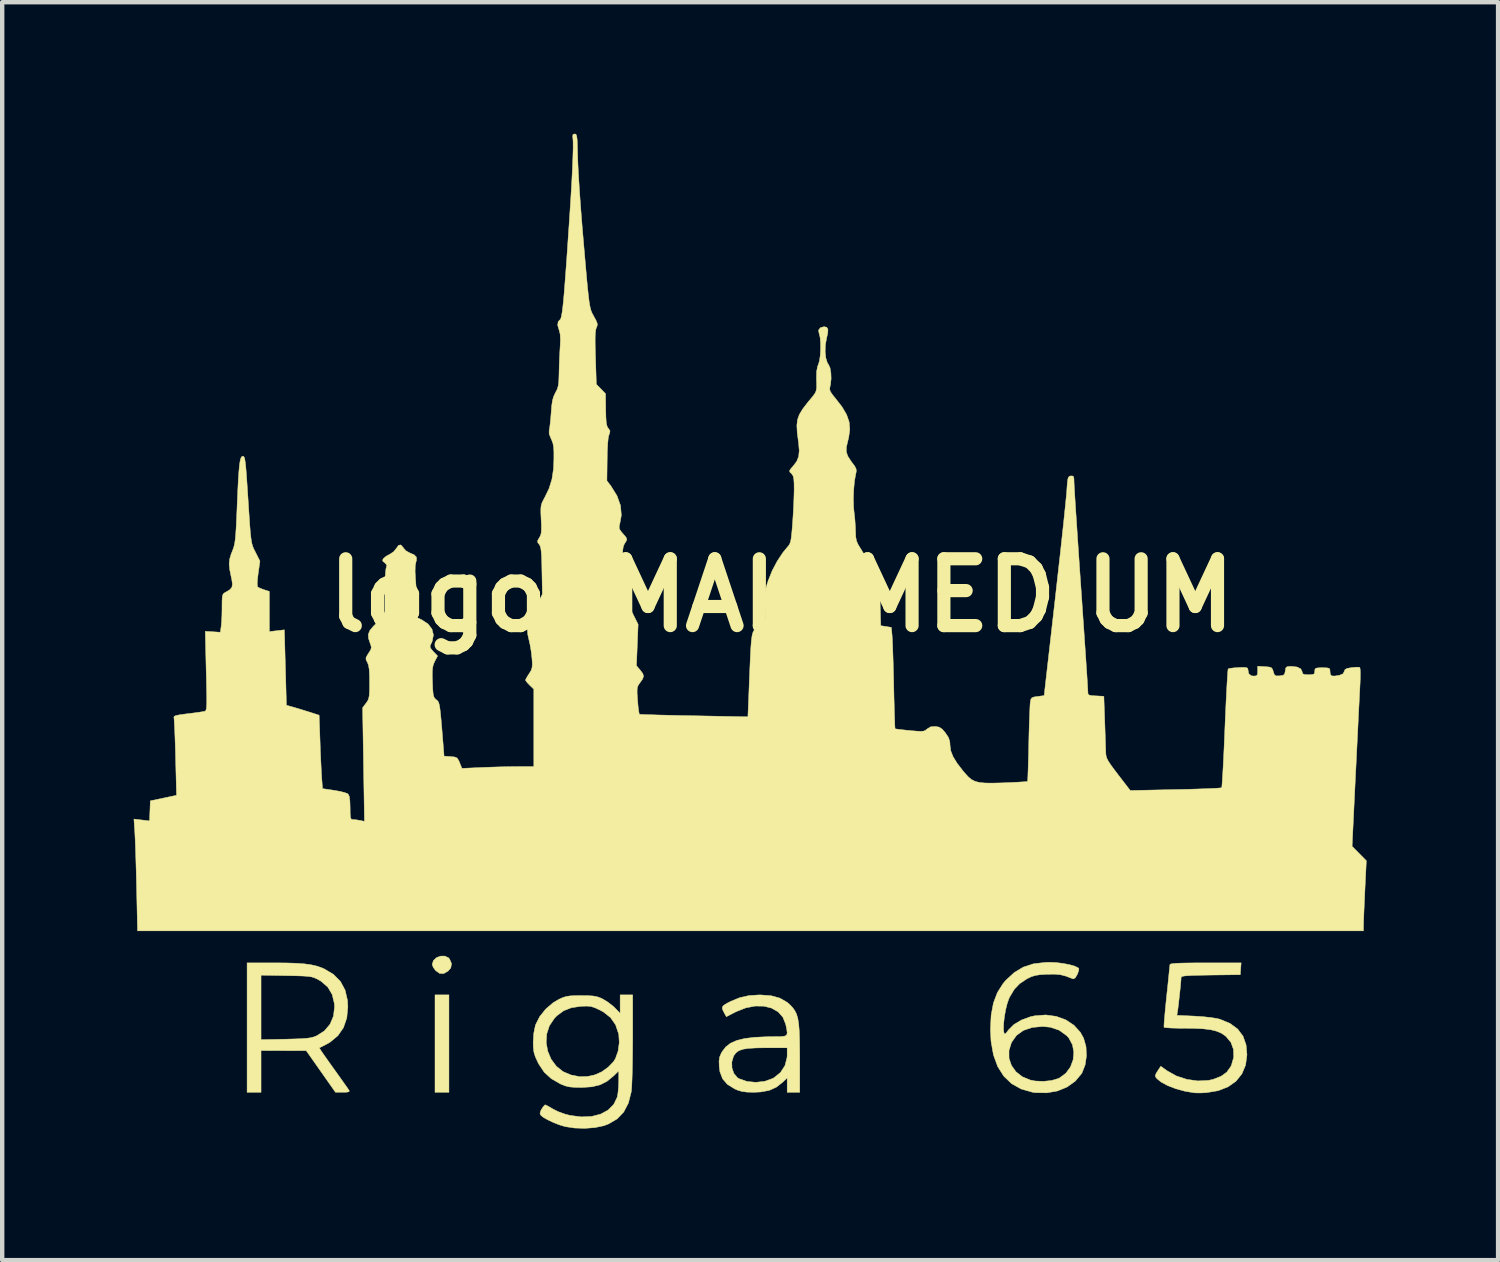
<source format=kicad_pcb>
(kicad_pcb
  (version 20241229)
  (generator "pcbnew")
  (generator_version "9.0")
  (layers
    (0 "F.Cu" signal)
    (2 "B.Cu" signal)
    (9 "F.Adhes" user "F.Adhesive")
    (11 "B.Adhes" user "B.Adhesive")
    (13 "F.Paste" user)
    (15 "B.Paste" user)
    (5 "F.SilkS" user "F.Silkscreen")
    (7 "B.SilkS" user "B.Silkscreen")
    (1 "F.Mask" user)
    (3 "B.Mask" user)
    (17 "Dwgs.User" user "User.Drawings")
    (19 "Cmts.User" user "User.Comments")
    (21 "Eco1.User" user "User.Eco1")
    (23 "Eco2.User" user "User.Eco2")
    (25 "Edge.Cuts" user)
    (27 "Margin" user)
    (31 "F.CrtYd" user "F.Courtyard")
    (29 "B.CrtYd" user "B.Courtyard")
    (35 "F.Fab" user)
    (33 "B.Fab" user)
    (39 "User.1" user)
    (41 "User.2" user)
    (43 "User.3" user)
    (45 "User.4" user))
  (footprint "logoSMALLMEDIUM"
    (layer "F.Cu")
    (at 14.778 10.53)
    (property "Reference" "logoSMALLMEDIUM" (at 0 0 0) (layer "F.SilkS") (effects (font (size 1.524 1.524) (thickness 0.3))))
    (attr through_hole)
    (fp_poly (pts (xy -7.588 11.335) (xy -7.906 11.335) (xy -7.906 9.112) (xy -7.588 9.112) (xy -7.588 11.335)) (stroke (width 0.01) (type solid)) (fill yes) (layer "F.SilkS"))
    (fp_poly (pts (xy -7.598 8.267) (xy -7.574 8.294) (xy -7.529 8.4) (xy -7.546 8.498) (xy -7.608 8.57) (xy -7.709 8.627) (xy -7.8 8.623) (xy -7.891 8.558) (xy -7.891 8.558) (xy -7.945 8.486) (xy -7.969 8.419) (xy -7.969 8.415) (xy -7.942 8.328) (xy -7.872 8.263) (xy -7.779 8.228) (xy -7.682 8.227) (xy -7.598 8.267)) (stroke (width 0.01) (type solid)) (fill yes) (layer "F.SilkS"))
    (fp_poly (pts (xy -11.581 8.382) (xy -11.301 8.384) (xy -11.075 8.391) (xy -10.892 8.404) (xy -10.742 8.424) (xy -10.616 8.452) (xy -10.503 8.489) (xy -10.433 8.519) (xy -10.222 8.645) (xy -10.063 8.806) (xy -9.957 9.003) (xy -9.902 9.237) (xy -9.894 9.382) (xy -9.918 9.639) (xy -9.994 9.86) (xy -10.122 10.044) (xy -10.302 10.193) (xy -10.393 10.244) (xy -10.546 10.322) (xy -10.49 10.408) (xy -10.452 10.464) (xy -10.384 10.56) (xy -10.297 10.683) (xy -10.197 10.823) (xy -10.16 10.874) (xy -10.062 11.012) (xy -9.976 11.133) (xy -9.909 11.227) (xy -9.87 11.285) (xy -9.863 11.295) (xy -9.865 11.319) (xy -9.913 11.331) (xy -10.007 11.334) (xy -10.176 11.334) (xy -10.843 10.385) (xy -11.359 10.384) (xy -11.874 10.382) (xy -11.874 11.335) (xy -12.192 11.335) (xy -12.192 10.134) (xy -11.874 10.134) (xy -11.311 10.123) (xy -11.1 10.117) (xy -10.942 10.111) (xy -10.824 10.102) (xy -10.737 10.089) (xy -10.669 10.071) (xy -10.608 10.047) (xy -10.604 10.045) (xy -10.428 9.933) (xy -10.299 9.78) (xy -10.221 9.595) (xy -10.197 9.382) (xy -10.202 9.309) (xy -10.251 9.104) (xy -10.351 8.935) (xy -10.503 8.803) (xy -10.547 8.777) (xy -10.608 8.744) (xy -10.663 8.72) (xy -10.722 8.702) (xy -10.797 8.691) (xy -10.898 8.683) (xy -11.037 8.678) (xy -11.225 8.674) (xy -11.295 8.673) (xy -11.874 8.663) (xy -11.874 10.134) (xy -12.192 10.134) (xy -12.192 8.382) (xy -11.581 8.382)) (stroke (width 0.01) (type solid)) (fill yes) (layer "F.SilkS"))
    (fp_poly (pts (xy -0.241 9.131) (xy -0.038 9.187) (xy 0.129 9.284) (xy 0.185 9.333) (xy 0.249 9.4) (xy 0.3 9.47) (xy 0.34 9.55) (xy 0.369 9.648) (xy 0.389 9.772) (xy 0.402 9.93) (xy 0.409 10.131) (xy 0.412 10.382) (xy 0.413 10.563) (xy 0.413 11.335) (xy 0.127 11.335) (xy 0.127 11.005) (xy 0.024 11.104) (xy -0.121 11.218) (xy -0.284 11.291) (xy -0.48 11.327) (xy -0.635 11.334) (xy -0.79 11.33) (xy -0.905 11.315) (xy -1.006 11.285) (xy -1.067 11.258) (xy -1.234 11.156) (xy -1.346 11.027) (xy -1.408 10.863) (xy -1.423 10.745) (xy -1.426 10.643) (xy -1.136 10.643) (xy -1.132 10.781) (xy -1.087 10.907) (xy -1.008 11.001) (xy -0.978 11.021) (xy -0.796 11.086) (xy -0.591 11.107) (xy -0.385 11.084) (xy -0.201 11.018) (xy -0.178 11.005) (xy -0.025 10.882) (xy 0.077 10.724) (xy 0.124 10.54) (xy 0.127 10.483) (xy 0.127 10.319) (xy -0.352 10.319) (xy -0.58 10.322) (xy -0.754 10.332) (xy -0.882 10.352) (xy -0.975 10.385) (xy -1.04 10.432) (xy -1.088 10.496) (xy -1.097 10.512) (xy -1.136 10.643) (xy -1.426 10.643) (xy -1.427 10.621) (xy -1.414 10.531) (xy -1.379 10.447) (xy -1.356 10.407) (xy -1.275 10.3) (xy -1.167 10.216) (xy -1.026 10.153) (xy -0.845 10.108) (xy -0.617 10.08) (xy -0.336 10.067) (xy -0.183 10.065) (xy -0.033 10.064) (xy 0.062 10.056) (xy 0.113 10.032) (xy 0.128 9.98) (xy 0.117 9.893) (xy 0.093 9.782) (xy 0.03 9.623) (xy -0.079 9.5) (xy -0.226 9.415) (xy -0.403 9.37) (xy -0.602 9.367) (xy -0.816 9.408) (xy -1.037 9.495) (xy -1.051 9.502) (xy -1.261 9.61) (xy -1.319 9.503) (xy -1.35 9.438) (xy -1.353 9.391) (xy -1.32 9.35) (xy -1.244 9.303) (xy -1.158 9.259) (xy -0.956 9.176) (xy -0.747 9.129) (xy -0.506 9.113) (xy -0.49 9.113) (xy -0.241 9.131)) (stroke (width 0.01) (type solid)) (fill yes) (layer "F.SilkS"))
    (fp_poly (pts (xy 10.471 8.517) (xy 10.462 8.652) (xy 9.787 8.66) (xy 9.56 8.664) (xy 9.39 8.668) (xy 9.268 8.674) (xy 9.186 8.681) (xy 9.138 8.691) (xy 9.116 8.705) (xy 9.112 8.717) (xy 9.109 8.775) (xy 9.1 8.878) (xy 9.087 9.01) (xy 9.071 9.154) (xy 9.056 9.292) (xy 9.042 9.407) (xy 9.032 9.481) (xy 9.016 9.579) (xy 9.421 9.597) (xy 9.613 9.61) (xy 9.789 9.629) (xy 9.932 9.652) (xy 9.998 9.668) (xy 10.227 9.763) (xy 10.402 9.891) (xy 10.524 10.054) (xy 10.594 10.252) (xy 10.614 10.477) (xy 10.583 10.713) (xy 10.498 10.915) (xy 10.364 11.082) (xy 10.182 11.21) (xy 9.955 11.298) (xy 9.686 11.343) (xy 9.684 11.343) (xy 9.565 11.349) (xy 9.457 11.348) (xy 9.414 11.346) (xy 9.199 11.31) (xy 8.991 11.253) (xy 8.804 11.181) (xy 8.653 11.099) (xy 8.562 11.024) (xy 8.528 10.98) (xy 8.525 10.941) (xy 8.554 10.884) (xy 8.576 10.85) (xy 8.648 10.74) (xy 8.793 10.844) (xy 9.005 10.962) (xy 9.245 11.04) (xy 9.494 11.075) (xy 9.735 11.063) (xy 9.847 11.038) (xy 10.025 10.968) (xy 10.154 10.875) (xy 10.245 10.747) (xy 10.259 10.718) (xy 10.312 10.535) (xy 10.307 10.357) (xy 10.248 10.195) (xy 10.134 10.059) (xy 10.131 10.056) (xy 10.037 9.99) (xy 9.927 9.942) (xy 9.791 9.908) (xy 9.618 9.886) (xy 9.398 9.876) (xy 9.219 9.874) (xy 9.051 9.873) (xy 8.906 9.869) (xy 8.797 9.863) (xy 8.733 9.855) (xy 8.722 9.85) (xy 8.722 9.813) (xy 8.727 9.722) (xy 8.739 9.587) (xy 8.754 9.418) (xy 8.774 9.223) (xy 8.782 9.144) (xy 8.804 8.941) (xy 8.823 8.758) (xy 8.838 8.606) (xy 8.85 8.493) (xy 8.856 8.43) (xy 8.857 8.422) (xy 8.871 8.409) (xy 8.918 8.399) (xy 9.003 8.392) (xy 9.131 8.387) (xy 9.308 8.384) (xy 9.541 8.382) (xy 9.67 8.382) (xy 10.481 8.382) (xy 10.471 8.517)) (stroke (width 0.01) (type solid)) (fill yes) (layer "F.SilkS"))
    (fp_poly (pts (xy 6.267 8.376) (xy 6.424 8.396) (xy 6.569 8.424) (xy 6.687 8.458) (xy 6.763 8.495) (xy 6.78 8.511) (xy 6.777 8.553) (xy 6.752 8.627) (xy 6.741 8.651) (xy 6.695 8.727) (xy 6.651 8.748) (xy 6.637 8.744) (xy 6.49 8.686) (xy 6.363 8.653) (xy 6.229 8.64) (xy 6.061 8.642) (xy 6.048 8.642) (xy 5.896 8.652) (xy 5.785 8.669) (xy 5.693 8.698) (xy 5.597 8.745) (xy 5.593 8.747) (xy 5.431 8.855) (xy 5.307 8.985) (xy 5.204 9.157) (xy 5.185 9.197) (xy 5.145 9.31) (xy 5.109 9.456) (xy 5.081 9.616) (xy 5.064 9.769) (xy 5.061 9.896) (xy 5.068 9.959) (xy 5.082 10.001) (xy 5.101 10.004) (xy 5.137 9.963) (xy 5.173 9.914) (xy 5.298 9.789) (xy 5.47 9.686) (xy 5.675 9.611) (xy 5.775 9.589) (xy 6.026 9.57) (xy 6.265 9.603) (xy 6.482 9.682) (xy 6.668 9.805) (xy 6.815 9.967) (xy 6.889 10.102) (xy 6.943 10.293) (xy 6.953 10.503) (xy 6.923 10.709) (xy 6.852 10.89) (xy 6.84 10.91) (xy 6.697 11.081) (xy 6.511 11.214) (xy 6.291 11.304) (xy 6.047 11.347) (xy 5.787 11.342) (xy 5.719 11.332) (xy 5.463 11.259) (xy 5.245 11.137) (xy 5.067 10.966) (xy 4.929 10.748) (xy 4.832 10.483) (xy 4.814 10.382) (xy 5.186 10.382) (xy 5.187 10.558) (xy 5.242 10.722) (xy 5.344 10.865) (xy 5.489 10.979) (xy 5.672 11.055) (xy 5.784 11.077) (xy 5.975 11.085) (xy 6.159 11.065) (xy 6.314 11.019) (xy 6.339 11.007) (xy 6.484 10.899) (xy 6.588 10.757) (xy 6.649 10.593) (xy 6.665 10.42) (xy 6.634 10.251) (xy 6.553 10.099) (xy 6.501 10.041) (xy 6.331 9.918) (xy 6.129 9.85) (xy 5.953 9.833) (xy 5.715 9.855) (xy 5.515 9.923) (xy 5.358 10.036) (xy 5.246 10.193) (xy 5.242 10.201) (xy 5.186 10.382) (xy 4.814 10.382) (xy 4.777 10.173) (xy 4.763 9.9) (xy 4.779 9.576) (xy 4.831 9.298) (xy 4.921 9.06) (xy 5.051 8.854) (xy 5.117 8.777) (xy 5.307 8.602) (xy 5.511 8.48) (xy 5.743 8.404) (xy 6.011 8.372) (xy 6.112 8.369) (xy 6.267 8.376)) (stroke (width 0.01) (type solid)) (fill yes) (layer "F.SilkS"))
    (fp_poly (pts (xy -3.397 10.12) (xy -3.399 10.378) (xy -3.402 10.624) (xy -3.406 10.85) (xy -3.412 11.045) (xy -3.419 11.2) (xy -3.427 11.305) (xy -3.431 11.33) (xy -3.495 11.58) (xy -3.601 11.783) (xy -3.75 11.94) (xy -3.945 12.055) (xy -4.059 12.098) (xy -4.258 12.139) (xy -4.488 12.157) (xy -4.723 12.149) (xy -4.936 12.117) (xy -4.942 12.115) (xy -5.066 12.078) (xy -5.201 12.025) (xy -5.329 11.965) (xy -5.433 11.907) (xy -5.492 11.859) (xy -5.511 11.814) (xy -5.492 11.752) (xy -5.473 11.717) (xy -5.429 11.653) (xy -5.396 11.621) (xy -5.393 11.62) (xy -5.355 11.636) (xy -5.282 11.676) (xy -5.216 11.716) (xy -5.094 11.777) (xy -4.94 11.832) (xy -4.825 11.862) (xy -4.568 11.895) (xy -4.333 11.885) (xy -4.128 11.832) (xy -3.958 11.74) (xy -3.83 11.611) (xy -3.751 11.448) (xy -3.748 11.439) (xy -3.732 11.346) (xy -3.72 11.217) (xy -3.715 11.082) (xy -3.715 10.846) (xy -3.834 10.962) (xy -3.982 11.083) (xy -4.141 11.164) (xy -4.327 11.209) (xy -4.554 11.224) (xy -4.572 11.224) (xy -4.727 11.221) (xy -4.839 11.211) (xy -4.931 11.189) (xy -5.024 11.153) (xy -5.05 11.141) (xy -5.255 11.022) (xy -5.414 10.877) (xy -5.539 10.69) (xy -5.563 10.644) (xy -5.62 10.518) (xy -5.651 10.413) (xy -5.664 10.297) (xy -5.666 10.203) (xy -5.369 10.203) (xy -5.334 10.398) (xy -5.257 10.58) (xy -5.139 10.739) (xy -4.985 10.863) (xy -4.803 10.94) (xy -4.605 10.978) (xy -4.423 10.973) (xy -4.258 10.936) (xy -4.104 10.868) (xy -3.957 10.763) (xy -3.838 10.64) (xy -3.791 10.567) (xy -3.73 10.397) (xy -3.703 10.203) (xy -3.714 10.018) (xy -3.717 10.003) (xy -3.787 9.795) (xy -3.901 9.631) (xy -4.065 9.501) (xy -4.14 9.461) (xy -4.257 9.406) (xy -4.348 9.377) (xy -4.44 9.368) (xy -4.564 9.372) (xy -4.58 9.373) (xy -4.796 9.405) (xy -4.973 9.475) (xy -5.127 9.589) (xy -5.183 9.647) (xy -5.297 9.817) (xy -5.358 10.005) (xy -5.369 10.203) (xy -5.666 10.203) (xy -5.666 10.194) (xy -5.654 9.992) (xy -5.618 9.816) (xy -5.609 9.788) (xy -5.518 9.608) (xy -5.381 9.437) (xy -5.212 9.292) (xy -5.086 9.217) (xy -4.997 9.176) (xy -4.917 9.15) (xy -4.828 9.136) (xy -4.711 9.129) (xy -4.572 9.128) (xy -4.412 9.13) (xy -4.297 9.138) (xy -4.21 9.154) (xy -4.132 9.182) (xy -4.083 9.205) (xy -3.964 9.277) (xy -3.845 9.369) (xy -3.805 9.407) (xy -3.683 9.533) (xy -3.683 9.112) (xy -3.397 9.112) (xy -3.397 10.12)) (stroke (width 0.01) (type solid)) (fill yes) (layer "F.SilkS"))
    (fp_poly (pts (xy -4.698 -10.521) (xy -4.682 -10.501) (xy -4.671 -10.458) (xy -4.663 -10.382) (xy -4.658 -10.264) (xy -4.654 -10.094) (xy -4.652 -10.017) (xy -4.647 -9.862) (xy -4.637 -9.655) (xy -4.622 -9.409) (xy -4.604 -9.135) (xy -4.583 -8.844) (xy -4.56 -8.549) (xy -4.544 -8.35) (xy -4.511 -7.969) (xy -4.483 -7.645) (xy -4.459 -7.373) (xy -4.439 -7.15) (xy -4.421 -6.968) (xy -4.405 -6.822) (xy -4.391 -6.708) (xy -4.377 -6.62) (xy -4.363 -6.552) (xy -4.348 -6.5) (xy -4.332 -6.457) (xy -4.314 -6.42) (xy -4.292 -6.381) (xy -4.281 -6.361) (xy -4.228 -6.261) (xy -4.204 -6.197) (xy -4.207 -6.148) (xy -4.224 -6.11) (xy -4.238 -6.066) (xy -4.248 -5.993) (xy -4.253 -5.884) (xy -4.253 -5.73) (xy -4.248 -5.523) (xy -4.245 -5.425) (xy -4.226 -4.816) (xy -4.016 -4.6) (xy -4.012 -4.235) (xy -4.008 -4.07) (xy -4.001 -3.955) (xy -3.988 -3.879) (xy -3.968 -3.83) (xy -3.951 -3.808) (xy -3.914 -3.751) (xy -3.924 -3.693) (xy -3.934 -3.672) (xy -3.953 -3.603) (xy -3.966 -3.473) (xy -3.976 -3.285) (xy -3.979 -3.107) (xy -3.985 -2.615) (xy -3.896 -2.499) (xy -3.755 -2.272) (xy -3.674 -2.047) (xy -3.656 -1.825) (xy -3.688 -1.648) (xy -3.706 -1.571) (xy -3.7 -1.515) (xy -3.66 -1.455) (xy -3.624 -1.413) (xy -3.56 -1.339) (xy -3.532 -1.293) (xy -3.537 -1.253) (xy -3.57 -1.198) (xy -3.58 -1.182) (xy -3.601 -1.143) (xy -3.615 -1.092) (xy -3.624 -1.02) (xy -3.629 -0.915) (xy -3.629 -0.767) (xy -3.627 -0.567) (xy -3.627 -0.563) (xy -3.619 -0.029) (xy -3.446 0.316) (xy -3.273 0.661) (xy -3.292 1.132) (xy -3.311 1.603) (xy -3.227 1.703) (xy -3.166 1.784) (xy -3.149 1.847) (xy -3.175 1.915) (xy -3.226 1.986) (xy -3.264 2.039) (xy -3.287 2.087) (xy -3.296 2.148) (xy -3.296 2.236) (xy -3.287 2.369) (xy -3.285 2.397) (xy -3.274 2.528) (xy -3.261 2.633) (xy -3.249 2.698) (xy -3.243 2.711) (xy -3.207 2.715) (xy -3.116 2.719) (xy -2.975 2.723) (xy -2.791 2.729) (xy -2.572 2.734) (xy -2.324 2.74) (xy -2.054 2.745) (xy -1.996 2.746) (xy -0.769 2.77) (xy -0.747 2.234) (xy -0.734 1.892) (xy -0.722 1.609) (xy -0.712 1.377) (xy -0.702 1.193) (xy -0.691 1.05) (xy -0.678 0.944) (xy -0.662 0.867) (xy -0.642 0.816) (xy -0.618 0.784) (xy -0.587 0.767) (xy -0.549 0.757) (xy -0.503 0.751) (xy -0.469 0.747) (xy -0.351 0.728) (xy -0.371 0.322) (xy -0.378 0.15) (xy -0.38 0.024) (xy -0.374 -0.074) (xy -0.358 -0.162) (xy -0.332 -0.257) (xy -0.304 -0.341) (xy -0.216 -0.561) (xy -0.1 -0.781) (xy 0.031 -0.979) (xy 0.127 -1.095) (xy 0.162 -1.136) (xy 0.187 -1.178) (xy 0.206 -1.234) (xy 0.22 -1.315) (xy 0.233 -1.433) (xy 0.247 -1.599) (xy 0.251 -1.656) (xy 0.264 -1.854) (xy 0.275 -2.06) (xy 0.282 -2.251) (xy 0.286 -2.405) (xy 0.286 -2.421) (xy 0.284 -2.566) (xy 0.277 -2.661) (xy 0.263 -2.722) (xy 0.238 -2.762) (xy 0.223 -2.778) (xy 0.188 -2.813) (xy 0.182 -2.845) (xy 0.211 -2.89) (xy 0.268 -2.955) (xy 0.346 -3.059) (xy 0.389 -3.168) (xy 0.402 -3.3) (xy 0.388 -3.472) (xy 0.383 -3.508) (xy 0.356 -3.714) (xy 0.348 -3.874) (xy 0.362 -4.005) (xy 0.404 -4.124) (xy 0.477 -4.246) (xy 0.586 -4.389) (xy 0.636 -4.45) (xy 0.715 -4.544) (xy 0.764 -4.613) (xy 0.79 -4.674) (xy 0.799 -4.748) (xy 0.798 -4.855) (xy 0.795 -4.941) (xy 0.798 -5.108) (xy 0.822 -5.228) (xy 0.838 -5.265) (xy 0.863 -5.348) (xy 0.881 -5.471) (xy 0.889 -5.615) (xy 0.888 -5.759) (xy 0.878 -5.883) (xy 0.858 -5.967) (xy 0.855 -5.973) (xy 0.842 -6.048) (xy 0.883 -6.104) (xy 0.965 -6.128) (xy 0.969 -6.128) (xy 1.029 -6.115) (xy 1.056 -6.071) (xy 1.053 -5.987) (xy 1.027 -5.871) (xy 0.999 -5.718) (xy 0.993 -5.56) (xy 1.008 -5.416) (xy 1.043 -5.305) (xy 1.069 -5.265) (xy 1.104 -5.191) (xy 1.124 -5.076) (xy 1.129 -4.942) (xy 1.115 -4.809) (xy 1.103 -4.756) (xy 1.096 -4.702) (xy 1.113 -4.647) (xy 1.162 -4.574) (xy 1.221 -4.502) (xy 1.377 -4.302) (xy 1.482 -4.124) (xy 1.54 -3.956) (xy 1.555 -3.785) (xy 1.53 -3.601) (xy 1.51 -3.52) (xy 1.477 -3.381) (xy 1.476 -3.274) (xy 1.509 -3.176) (xy 1.582 -3.063) (xy 1.606 -3.03) (xy 1.67 -2.943) (xy 1.7 -2.882) (xy 1.703 -2.823) (xy 1.687 -2.75) (xy 1.661 -2.599) (xy 1.644 -2.409) (xy 1.637 -2.204) (xy 1.642 -2.009) (xy 1.655 -1.879) (xy 1.672 -1.725) (xy 1.683 -1.555) (xy 1.686 -1.454) (xy 1.691 -1.335) (xy 1.707 -1.247) (xy 1.743 -1.162) (xy 1.808 -1.056) (xy 1.818 -1.04) (xy 1.89 -0.921) (xy 1.975 -0.769) (xy 2.058 -0.609) (xy 2.092 -0.54) (xy 2.236 -0.238) (xy 2.261 0.691) (xy 2.503 0.73) (xy 2.521 0.929) (xy 2.526 1.011) (xy 2.532 1.148) (xy 2.538 1.327) (xy 2.545 1.54) (xy 2.551 1.776) (xy 2.557 2.025) (xy 2.558 2.08) (xy 2.563 2.319) (xy 2.569 2.537) (xy 2.574 2.725) (xy 2.579 2.877) (xy 2.583 2.983) (xy 2.587 3.037) (xy 2.588 3.042) (xy 2.621 3.049) (xy 2.704 3.06) (xy 2.823 3.073) (xy 2.923 3.083) (xy 3.07 3.096) (xy 3.169 3.101) (xy 3.232 3.097) (xy 3.275 3.082) (xy 3.31 3.055) (xy 3.319 3.047) (xy 3.399 2.998) (xy 3.505 2.99) (xy 3.511 2.99) (xy 3.594 3.006) (xy 3.659 3.048) (xy 3.731 3.129) (xy 3.737 3.138) (xy 3.805 3.24) (xy 3.836 3.334) (xy 3.842 3.425) (xy 3.858 3.545) (xy 3.909 3.676) (xy 4 3.825) (xy 4.135 4.001) (xy 4.181 4.055) (xy 4.255 4.137) (xy 4.327 4.198) (xy 4.408 4.24) (xy 4.508 4.267) (xy 4.637 4.28) (xy 4.806 4.282) (xy 5.025 4.277) (xy 5.094 4.274) (xy 5.266 4.267) (xy 5.414 4.259) (xy 5.527 4.252) (xy 5.595 4.246) (xy 5.609 4.244) (xy 5.613 4.21) (xy 5.617 4.122) (xy 5.622 3.987) (xy 5.627 3.815) (xy 5.633 3.612) (xy 5.637 3.41) (xy 5.642 3.181) (xy 5.648 2.965) (xy 5.655 2.774) (xy 5.661 2.618) (xy 5.666 2.507) (xy 5.67 2.457) (xy 5.683 2.377) (xy 5.708 2.336) (xy 5.764 2.316) (xy 5.837 2.306) (xy 5.988 2.286) (xy 6.237 0.103) (xy 6.279 -0.272) (xy 6.32 -0.636) (xy 6.359 -0.983) (xy 6.394 -1.307) (xy 6.426 -1.601) (xy 6.453 -1.86) (xy 6.475 -2.077) (xy 6.492 -2.246) (xy 6.503 -2.361) (xy 6.505 -2.397) (xy 6.515 -2.542) (xy 6.525 -2.635) (xy 6.539 -2.688) (xy 6.56 -2.714) (xy 6.591 -2.724) (xy 6.596 -2.725) (xy 6.648 -2.721) (xy 6.666 -2.68) (xy 6.668 -2.645) (xy 6.67 -2.581) (xy 6.676 -2.459) (xy 6.687 -2.278) (xy 6.702 -2.037) (xy 6.722 -1.737) (xy 6.746 -1.376) (xy 6.774 -0.955) (xy 6.807 -0.471) (xy 6.845 0.075) (xy 6.874 0.5) (xy 6.896 0.815) (xy 6.916 1.113) (xy 6.935 1.388) (xy 6.951 1.632) (xy 6.965 1.841) (xy 6.975 2.007) (xy 6.982 2.123) (xy 6.985 2.184) (xy 6.985 2.189) (xy 6.988 2.242) (xy 7.008 2.271) (xy 7.06 2.285) (xy 7.158 2.292) (xy 7.168 2.292) (xy 7.35 2.302) (xy 7.37 2.873) (xy 7.377 3.069) (xy 7.383 3.252) (xy 7.388 3.411) (xy 7.392 3.53) (xy 7.394 3.588) (xy 7.399 3.65) (xy 7.415 3.708) (xy 7.448 3.775) (xy 7.504 3.861) (xy 7.589 3.977) (xy 7.676 4.091) (xy 7.953 4.451) (xy 8.985 4.429) (xy 9.235 4.424) (xy 9.464 4.417) (xy 9.665 4.41) (xy 9.831 4.403) (xy 9.952 4.397) (xy 10.023 4.39) (xy 10.037 4.387) (xy 10.043 4.352) (xy 10.05 4.26) (xy 10.059 4.117) (xy 10.07 3.932) (xy 10.081 3.71) (xy 10.093 3.458) (xy 10.105 3.182) (xy 10.111 3.032) (xy 10.123 2.747) (xy 10.135 2.482) (xy 10.147 2.243) (xy 10.158 2.038) (xy 10.168 1.873) (xy 10.176 1.754) (xy 10.183 1.688) (xy 10.186 1.677) (xy 10.227 1.665) (xy 10.312 1.654) (xy 10.422 1.646) (xy 10.537 1.642) (xy 10.603 1.648) (xy 10.631 1.664) (xy 10.636 1.688) (xy 10.654 1.785) (xy 10.71 1.833) (xy 10.767 1.841) (xy 10.828 1.835) (xy 10.854 1.803) (xy 10.858 1.729) (xy 10.858 1.616) (xy 11.023 1.626) (xy 11.121 1.634) (xy 11.173 1.652) (xy 11.201 1.691) (xy 11.215 1.74) (xy 11.239 1.809) (xy 11.276 1.836) (xy 11.351 1.836) (xy 11.36 1.835) (xy 11.439 1.823) (xy 11.474 1.792) (xy 11.488 1.723) (xy 11.488 1.722) (xy 11.499 1.656) (xy 11.529 1.627) (xy 11.597 1.619) (xy 11.625 1.619) (xy 11.758 1.634) (xy 11.843 1.677) (xy 11.874 1.744) (xy 11.874 1.747) (xy 11.884 1.786) (xy 11.924 1.805) (xy 12.01 1.81) (xy 12.017 1.81) (xy 12.106 1.806) (xy 12.147 1.79) (xy 12.16 1.752) (xy 12.16 1.73) (xy 12.165 1.685) (xy 12.189 1.661) (xy 12.248 1.652) (xy 12.335 1.651) (xy 12.435 1.653) (xy 12.487 1.663) (xy 12.506 1.691) (xy 12.509 1.745) (xy 12.509 1.746) (xy 12.517 1.807) (xy 12.549 1.837) (xy 12.617 1.84) (xy 12.726 1.822) (xy 12.806 1.788) (xy 12.833 1.735) (xy 12.851 1.692) (xy 12.898 1.666) (xy 12.991 1.649) (xy 13.002 1.648) (xy 13.098 1.639) (xy 13.168 1.639) (xy 13.187 1.643) (xy 13.196 1.679) (xy 13.2 1.765) (xy 13.199 1.887) (xy 13.194 2.012) (xy 13.189 2.113) (xy 13.181 2.27) (xy 13.171 2.475) (xy 13.158 2.721) (xy 13.145 3) (xy 13.13 3.304) (xy 13.114 3.627) (xy 13.098 3.959) (xy 13.093 4.044) (xy 13.012 5.723) (xy 13.337 6.052) (xy 13.304 6.733) (xy 13.295 6.942) (xy 13.286 7.137) (xy 13.279 7.306) (xy 13.274 7.437) (xy 13.272 7.52) (xy 13.272 7.533) (xy 13.271 7.652) (xy -14.691 7.652) (xy -14.712 6.675) (xy -14.718 6.415) (xy -14.725 6.161) (xy -14.732 5.923) (xy -14.739 5.713) (xy -14.746 5.541) (xy -14.752 5.42) (xy -14.753 5.401) (xy -14.773 5.102) (xy -14.595 5.123) (xy -14.417 5.144) (xy -14.408 4.915) (xy -14.399 4.686) (xy -13.801 4.56) (xy -13.823 3.693) (xy -13.829 3.463) (xy -13.836 3.253) (xy -13.843 3.071) (xy -13.85 2.927) (xy -13.856 2.828) (xy -13.861 2.783) (xy -13.862 2.783) (xy -13.856 2.76) (xy -13.816 2.742) (xy -13.732 2.724) (xy -13.595 2.705) (xy -13.551 2.7) (xy -13.408 2.682) (xy -13.283 2.665) (xy -13.195 2.651) (xy -13.163 2.645) (xy -13.146 2.638) (xy -13.132 2.622) (xy -13.122 2.591) (xy -13.116 2.538) (xy -13.113 2.456) (xy -13.112 2.338) (xy -13.115 2.176) (xy -13.119 1.965) (xy -13.125 1.724) (xy -13.146 0.82) (xy -12.974 0.83) (xy -12.802 0.841) (xy -12.783 0.702) (xy -12.774 0.606) (xy -12.767 0.47) (xy -12.764 0.32) (xy -12.764 0.266) (xy -12.763 0.128) (xy -12.758 0.038) (xy -12.746 -0.015) (xy -12.723 -0.047) (xy -12.685 -0.071) (xy -12.674 -0.076) (xy -12.587 -0.128) (xy -12.54 -0.181) (xy -12.526 -0.253) (xy -12.541 -0.36) (xy -12.556 -0.428) (xy -12.589 -0.592) (xy -12.601 -0.718) (xy -12.59 -0.828) (xy -12.555 -0.945) (xy -12.529 -1.009) (xy -12.507 -1.066) (xy -12.489 -1.125) (xy -12.474 -1.193) (xy -12.462 -1.278) (xy -12.452 -1.39) (xy -12.442 -1.537) (xy -12.433 -1.726) (xy -12.422 -1.967) (xy -12.417 -2.105) (xy -12.404 -2.402) (xy -12.392 -2.641) (xy -12.379 -2.828) (xy -12.366 -2.968) (xy -12.351 -3.067) (xy -12.334 -3.131) (xy -12.313 -3.165) (xy -12.29 -3.175) (xy -12.273 -3.17) (xy -12.258 -3.15) (xy -12.245 -3.108) (xy -12.234 -3.038) (xy -12.222 -2.933) (xy -12.21 -2.785) (xy -12.196 -2.587) (xy -12.179 -2.334) (xy -12.178 -2.318) (xy -12.159 -2.022) (xy -12.143 -1.782) (xy -12.13 -1.591) (xy -12.118 -1.442) (xy -12.106 -1.327) (xy -12.094 -1.24) (xy -12.08 -1.173) (xy -12.064 -1.12) (xy -12.045 -1.072) (xy -12.021 -1.023) (xy -11.999 -0.98) (xy -11.899 -0.781) (xy -11.939 -0.5) (xy -11.956 -0.36) (xy -11.961 -0.256) (xy -11.954 -0.198) (xy -11.951 -0.193) (xy -11.904 -0.167) (xy -11.823 -0.135) (xy -11.803 -0.128) (xy -11.684 -0.09) (xy -11.684 0.826) (xy -11.513 0.806) (xy -11.342 0.786) (xy -11.318 1.646) (xy -11.295 2.506) (xy -11.116 2.556) (xy -10.982 2.596) (xy -10.83 2.643) (xy -10.743 2.67) (xy -10.549 2.733) (xy -10.528 3.327) (xy -10.521 3.536) (xy -10.512 3.741) (xy -10.503 3.928) (xy -10.495 4.079) (xy -10.49 4.164) (xy -10.471 4.408) (xy -10.201 4.448) (xy -10.073 4.471) (xy -9.965 4.498) (xy -9.898 4.524) (xy -9.887 4.532) (xy -9.861 4.586) (xy -9.847 4.69) (xy -9.842 4.844) (xy -9.841 4.975) (xy -9.835 5.055) (xy -9.822 5.096) (xy -9.799 5.111) (xy -9.783 5.112) (xy -9.71 5.118) (xy -9.619 5.133) (xy -9.515 5.154) (xy -9.536 3.858) (xy -9.557 2.563) (xy -9.478 2.458) (xy -9.443 2.409) (xy -9.421 2.359) (xy -9.407 2.295) (xy -9.4 2.201) (xy -9.398 2.065) (xy -9.398 1.983) (xy -9.4 1.806) (xy -9.408 1.68) (xy -9.423 1.593) (xy -9.446 1.532) (xy -9.45 1.525) (xy -9.479 1.468) (xy -9.48 1.421) (xy -9.449 1.362) (xy -9.421 1.319) (xy -9.372 1.241) (xy -9.358 1.186) (xy -9.373 1.124) (xy -9.385 1.093) (xy -9.423 0.98) (xy -9.427 0.888) (xy -9.392 0.801) (xy -9.312 0.704) (xy -9.239 0.633) (xy -9.049 0.454) (xy -9.049 -0.061) (xy -9.047 -0.24) (xy -9.042 -0.399) (xy -9.034 -0.527) (xy -9.024 -0.611) (xy -9.017 -0.635) (xy -9.005 -0.689) (xy -9.043 -0.735) (xy -9.054 -0.743) (xy -9.1 -0.784) (xy -9.095 -0.821) (xy -9.078 -0.845) (xy -9.017 -0.895) (xy -8.933 -0.94) (xy -8.932 -0.941) (xy -8.848 -0.997) (xy -8.789 -1.071) (xy -8.788 -1.071) (xy -8.737 -1.143) (xy -8.685 -1.151) (xy -8.635 -1.096) (xy -8.627 -1.082) (xy -8.57 -1.018) (xy -8.487 -0.971) (xy -8.487 -0.971) (xy -8.38 -0.925) (xy -8.33 -0.872) (xy -8.328 -0.802) (xy -8.34 -0.763) (xy -8.357 -0.676) (xy -8.36 -0.539) (xy -8.349 -0.346) (xy -8.348 -0.343) (xy -8.336 -0.167) (xy -8.326 0.021) (xy -8.321 0.191) (xy -8.32 0.245) (xy -8.319 0.505) (xy -8.207 0.558) (xy -8.064 0.652) (xy -7.975 0.77) (xy -7.942 0.903) (xy -7.97 1.046) (xy -7.988 1.085) (xy -8.017 1.148) (xy -8.015 1.193) (xy -7.977 1.245) (xy -7.943 1.282) (xy -7.847 1.381) (xy -7.912 1.505) (xy -7.941 1.57) (xy -7.958 1.638) (xy -7.967 1.726) (xy -7.968 1.85) (xy -7.964 1.976) (xy -7.958 2.13) (xy -7.95 2.233) (xy -7.937 2.3) (xy -7.917 2.342) (xy -7.886 2.372) (xy -7.877 2.379) (xy -7.854 2.398) (xy -7.835 2.42) (xy -7.82 2.453) (xy -7.806 2.504) (xy -7.794 2.58) (xy -7.781 2.689) (xy -7.767 2.837) (xy -7.75 3.032) (xy -7.73 3.281) (xy -7.723 3.365) (xy -7.699 3.667) (xy -7.548 3.677) (xy -7.454 3.687) (xy -7.401 3.711) (xy -7.366 3.765) (xy -7.344 3.816) (xy -7.292 3.946) (xy -6.845 3.926) (xy -6.638 3.918) (xy -6.412 3.911) (xy -6.195 3.907) (xy -6.025 3.905) (xy -5.652 3.905) (xy -5.652 2.139) (xy -5.747 2.048) (xy -5.806 1.986) (xy -5.839 1.94) (xy -5.842 1.932) (xy -5.825 1.893) (xy -5.784 1.824) (xy -5.759 1.787) (xy -5.715 1.716) (xy -5.693 1.651) (xy -5.686 1.569) (xy -5.693 1.448) (xy -5.693 1.445) (xy -5.71 1.29) (xy -5.738 1.124) (xy -5.762 1.018) (xy -5.789 0.898) (xy -5.798 0.795) (xy -5.786 0.693) (xy -5.751 0.579) (xy -5.69 0.437) (xy -5.616 0.288) (xy -5.457 -0.028) (xy -5.467 -0.567) (xy -5.471 -0.77) (xy -5.477 -0.919) (xy -5.486 -1.024) (xy -5.497 -1.094) (xy -5.514 -1.139) (xy -5.531 -1.165) (xy -5.565 -1.21) (xy -5.564 -1.251) (xy -5.527 -1.314) (xy -5.5 -1.364) (xy -5.484 -1.422) (xy -5.478 -1.505) (xy -5.48 -1.627) (xy -5.485 -1.731) (xy -5.492 -1.88) (xy -5.492 -1.983) (xy -5.483 -2.058) (xy -5.461 -2.122) (xy -5.425 -2.194) (xy -5.404 -2.232) (xy -5.304 -2.439) (xy -5.238 -2.652) (xy -5.203 -2.888) (xy -5.194 -3.111) (xy -5.194 -3.272) (xy -5.201 -3.387) (xy -5.217 -3.471) (xy -5.243 -3.541) (xy -5.258 -3.572) (xy -5.302 -3.683) (xy -5.302 -3.763) (xy -5.291 -3.82) (xy -5.278 -3.924) (xy -5.265 -4.058) (xy -5.257 -4.159) (xy -5.244 -4.326) (xy -5.226 -4.446) (xy -5.2 -4.536) (xy -5.164 -4.614) (xy -5.158 -4.625) (xy -5.119 -4.7) (xy -5.096 -4.776) (xy -5.083 -4.874) (xy -5.078 -5.011) (xy -5.077 -5.054) (xy -5.073 -5.234) (xy -5.065 -5.437) (xy -5.055 -5.624) (xy -5.053 -5.648) (xy -5.045 -5.827) (xy -5.051 -5.955) (xy -5.072 -6.04) (xy -5.072 -6.04) (xy -5.108 -6.163) (xy -5.096 -6.246) (xy -5.061 -6.28) (xy -5.047 -6.295) (xy -5.033 -6.326) (xy -5.02 -6.377) (xy -5.007 -6.453) (xy -4.993 -6.557) (xy -4.978 -6.695) (xy -4.962 -6.87) (xy -4.945 -7.086) (xy -4.925 -7.348) (xy -4.902 -7.66) (xy -4.877 -8.027) (xy -4.848 -8.451) (xy -4.843 -8.525) (xy -4.813 -8.984) (xy -4.789 -9.38) (xy -4.772 -9.715) (xy -4.761 -9.989) (xy -4.755 -10.202) (xy -4.756 -10.355) (xy -4.763 -10.45) (xy -4.765 -10.462) (xy -4.759 -10.513) (xy -4.72 -10.525) (xy -4.698 -10.521)) (stroke (width 0.01) (type solid)) (fill yes) (layer "F.SilkS")))
  (gr_rect
    (start -3 -3)
    (end 31.12 25.692)
    (stroke (width 0.1) (type default))
    (fill no)
    (layer "Edge.Cuts")))
</source>
